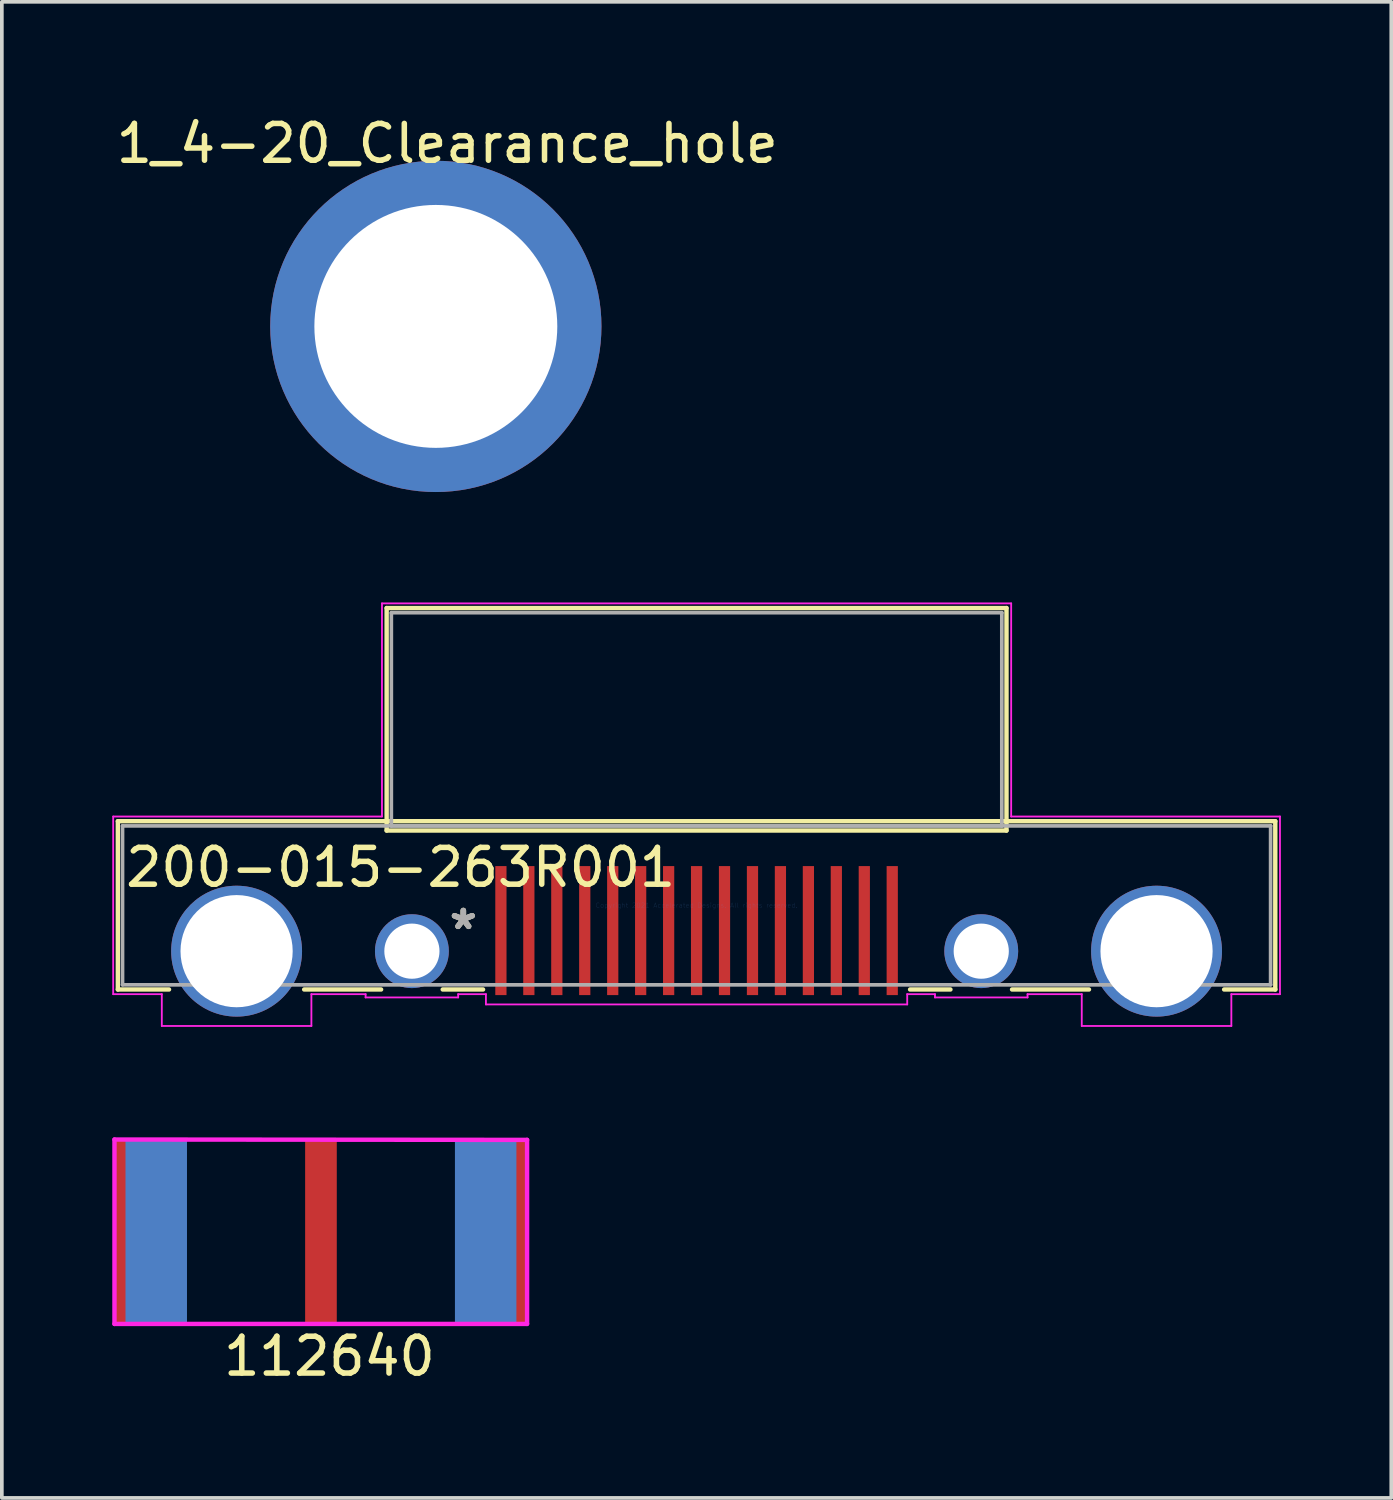
<source format=kicad_pcb>
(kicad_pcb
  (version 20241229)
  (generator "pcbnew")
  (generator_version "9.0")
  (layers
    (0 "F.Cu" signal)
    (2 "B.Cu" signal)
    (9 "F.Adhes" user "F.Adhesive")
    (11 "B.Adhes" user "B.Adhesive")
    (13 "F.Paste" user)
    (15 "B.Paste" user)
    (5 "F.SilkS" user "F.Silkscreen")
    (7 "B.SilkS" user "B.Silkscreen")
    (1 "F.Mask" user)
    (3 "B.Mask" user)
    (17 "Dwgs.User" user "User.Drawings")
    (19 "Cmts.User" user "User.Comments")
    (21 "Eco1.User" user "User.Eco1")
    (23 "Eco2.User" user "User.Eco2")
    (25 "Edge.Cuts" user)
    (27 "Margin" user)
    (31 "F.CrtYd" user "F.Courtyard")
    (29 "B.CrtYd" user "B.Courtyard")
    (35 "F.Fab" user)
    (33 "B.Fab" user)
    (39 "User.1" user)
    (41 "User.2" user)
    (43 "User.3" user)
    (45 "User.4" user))
  (footprint "200-015-263R001"
    (layer "F.Cu")
    (at 15.875 21.547)
    (property "Reference" "200-015-263R001" (at -8.04 -1.03 0) (layer "F.SilkS") (effects (font (size 1 1) (thickness 0.15))))
    (attr through_hole)
    (fp_line (start -15.723 -2.286) (end -15.723 2.286) (stroke (width 0.12) (type solid)) (layer "F.SilkS"))
    (fp_line (start -15.723 2.286) (end -14.333 2.286) (stroke (width 0.12) (type solid)) (layer "F.SilkS"))
    (fp_line (start -10.661 2.286) (end -8.571 2.286) (stroke (width 0.12) (type solid)) (layer "F.SilkS"))
    (fp_line (start -8.42 -8.077) (end -8.42 -2.032) (stroke (width 0.12) (type solid)) (layer "F.SilkS"))
    (fp_line (start -8.42 -2.032) (end 8.42 -2.032) (stroke (width 0.12) (type solid)) (layer "F.SilkS"))
    (fp_line (start -6.897 2.286) (end -5.801 2.286) (stroke (width 0.12) (type solid)) (layer "F.SilkS"))
    (fp_line (start 5.801 2.286) (end 6.897 2.286) (stroke (width 0.12) (type solid)) (layer "F.SilkS"))
    (fp_line (start 8.42 -8.077) (end -8.42 -8.077) (stroke (width 0.12) (type solid)) (layer "F.SilkS"))
    (fp_line (start 8.42 -2.032) (end 8.42 -8.077) (stroke (width 0.12) (type solid)) (layer "F.SilkS"))
    (fp_line (start 8.571 2.286) (end 10.661 2.286) (stroke (width 0.12) (type solid)) (layer "F.SilkS"))
    (fp_line (start 14.333 2.286) (end 15.723 2.286) (stroke (width 0.12) (type solid)) (layer "F.SilkS"))
    (fp_line (start 15.723 -2.286) (end -15.723 -2.286) (stroke (width 0.12) (type solid)) (layer "F.SilkS"))
    (fp_line (start 15.723 2.286) (end 15.723 -2.286) (stroke (width 0.12) (type solid)) (layer "F.SilkS"))
    (fp_line (start -15.85 -2.413) (end -15.85 2.413) (stroke (width 0.05) (type solid)) (layer "F.CrtYd"))
    (fp_line (start -15.85 2.413) (end -14.529 2.413) (stroke (width 0.05) (type solid)) (layer "F.CrtYd"))
    (fp_line (start -14.529 2.413) (end -14.529 3.277) (stroke (width 0.05) (type solid)) (layer "F.CrtYd"))
    (fp_line (start -14.529 3.277) (end -10.465 3.277) (stroke (width 0.05) (type solid)) (layer "F.CrtYd"))
    (fp_line (start -10.465 2.413) (end -8.992 2.413) (stroke (width 0.05) (type solid)) (layer "F.CrtYd"))
    (fp_line (start -10.465 3.277) (end -10.465 2.413) (stroke (width 0.05) (type solid)) (layer "F.CrtYd"))
    (fp_line (start -8.992 2.413) (end -8.992 2.502) (stroke (width 0.05) (type solid)) (layer "F.CrtYd"))
    (fp_line (start -8.992 2.502) (end -6.477 2.502) (stroke (width 0.05) (type solid)) (layer "F.CrtYd"))
    (fp_line (start -8.547 -8.204) (end -8.547 -2.413) (stroke (width 0.05) (type solid)) (layer "F.CrtYd"))
    (fp_line (start -8.547 -2.413) (end -15.85 -2.413) (stroke (width 0.05) (type solid)) (layer "F.CrtYd"))
    (fp_line (start -6.477 2.413) (end -5.723 2.413) (stroke (width 0.05) (type solid)) (layer "F.CrtYd"))
    (fp_line (start -6.477 2.502) (end -6.477 2.413) (stroke (width 0.05) (type solid)) (layer "F.CrtYd"))
    (fp_line (start -5.723 2.413) (end -5.723 2.692) (stroke (width 0.05) (type solid)) (layer "F.CrtYd"))
    (fp_line (start -5.723 2.692) (end 5.723 2.692) (stroke (width 0.05) (type solid)) (layer "F.CrtYd"))
    (fp_line (start 5.723 2.413) (end 6.477 2.413) (stroke (width 0.05) (type solid)) (layer "F.CrtYd"))
    (fp_line (start 5.723 2.692) (end 5.723 2.413) (stroke (width 0.05) (type solid)) (layer "F.CrtYd"))
    (fp_line (start 6.477 2.413) (end 6.477 2.502) (stroke (width 0.05) (type solid)) (layer "F.CrtYd"))
    (fp_line (start 6.477 2.502) (end 8.992 2.502) (stroke (width 0.05) (type solid)) (layer "F.CrtYd"))
    (fp_line (start 8.547 -8.204) (end -8.547 -8.204) (stroke (width 0.05) (type solid)) (layer "F.CrtYd"))
    (fp_line (start 8.547 -2.413) (end 8.547 -8.204) (stroke (width 0.05) (type solid)) (layer "F.CrtYd"))
    (fp_line (start 8.992 2.413) (end 10.465 2.413) (stroke (width 0.05) (type solid)) (layer "F.CrtYd"))
    (fp_line (start 8.992 2.502) (end 8.992 2.413) (stroke (width 0.05) (type solid)) (layer "F.CrtYd"))
    (fp_line (start 10.465 2.413) (end 10.465 3.277) (stroke (width 0.05) (type solid)) (layer "F.CrtYd"))
    (fp_line (start 10.465 3.277) (end 14.529 3.277) (stroke (width 0.05) (type solid)) (layer "F.CrtYd"))
    (fp_line (start 14.529 2.413) (end 15.85 2.413) (stroke (width 0.05) (type solid)) (layer "F.CrtYd"))
    (fp_line (start 14.529 3.277) (end 14.529 2.413) (stroke (width 0.05) (type solid)) (layer "F.CrtYd"))
    (fp_line (start 15.85 -2.413) (end 8.547 -2.413) (stroke (width 0.05) (type solid)) (layer "F.CrtYd"))
    (fp_line (start 15.85 2.413) (end 15.85 -2.413) (stroke (width 0.05) (type solid)) (layer "F.CrtYd"))
    (fp_line (start -15.596 -2.159) (end -15.596 2.159) (stroke (width 0.1) (type solid)) (layer "F.Fab"))
    (fp_line (start -15.596 2.159) (end 15.596 2.159) (stroke (width 0.1) (type solid)) (layer "F.Fab"))
    (fp_line (start -8.293 -7.95) (end -8.293 -2.159) (stroke (width 0.1) (type solid)) (layer "F.Fab"))
    (fp_line (start -8.293 -2.159) (end 8.293 -2.159) (stroke (width 0.1) (type solid)) (layer "F.Fab"))
    (fp_line (start 8.293 -7.95) (end -8.293 -7.95) (stroke (width 0.1) (type solid)) (layer "F.Fab"))
    (fp_line (start 8.293 -2.159) (end 8.293 -7.95) (stroke (width 0.1) (type solid)) (layer "F.Fab"))
    (fp_line (start 15.596 -2.159) (end -15.596 -2.159) (stroke (width 0.1) (type solid)) (layer "F.Fab"))
    (fp_line (start 15.596 2.159) (end 15.596 -2.159) (stroke (width 0.1) (type solid)) (layer "F.Fab"))
    (fp_text user "*" (at -6.337 0.686 0) (layer "F.SilkS") (effects (font (size 1 1) (thickness 0.15))))
    (fp_text user "Copyright 2021 Accelerated Designs. All rights reserved." (at 0 0 0) (layer "Cmts.User") (effects (font (size 0.127 0.127) (thickness 0.002))))
    (fp_text user "*" (at -6.337 0.686 0) (layer "F.Fab") (effects (font (size 1 1) (thickness 0.15))))
    (fp_text user "*" (at -6.337 0.686 0) (layer "F.Fab") (effects (font (size 1 1) (thickness 0.15))))
    (pad "" np_thru_hole circle (at -7.734 1.245) (size 2.007 2.007) (drill 1.499) (layers "*.Cu" "*.Mask"))
    (pad "" np_thru_hole circle (at 7.734 1.245) (size 2.007 2.007) (drill 1.499) (layers "*.Cu" "*.Mask"))
    (pad "1" smd rect (at -3.797 0.686) (size 0.305 3.505) (layers "F.Cu" "F.Mask" "F.Paste"))
    (pad "2" smd rect (at -1.519 0.686) (size 0.305 3.505) (layers "F.Cu" "F.Mask" "F.Paste"))
    (pad "3" smd rect (at 0.759 0.686) (size 0.305 3.505) (layers "F.Cu" "F.Mask" "F.Paste"))
    (pad "4" smd rect (at 3.038 0.686) (size 0.305 3.505) (layers "F.Cu" "F.Mask" "F.Paste"))
    (pad "5" smd rect (at 5.316 0.686) (size 0.305 3.505) (layers "F.Cu" "F.Mask" "F.Paste"))
    (pad "6" smd rect (at -5.316 0.686) (size 0.305 3.505) (layers "F.Cu" "F.Mask" "F.Paste"))
    (pad "7" smd rect (at -3.038 0.686) (size 0.305 3.505) (layers "F.Cu" "F.Mask" "F.Paste"))
    (pad "8" smd rect (at -0.759 0.686) (size 0.305 3.505) (layers "F.Cu" "F.Mask" "F.Paste"))
    (pad "9" smd rect (at 1.519 0.686) (size 0.305 3.505) (layers "F.Cu" "F.Mask" "F.Paste"))
    (pad "10" smd rect (at 3.797 0.686) (size 0.305 3.505) (layers "F.Cu" "F.Mask" "F.Paste"))
    (pad "11" smd rect (at -4.557 0.686) (size 0.305 3.505) (layers "F.Cu" "F.Mask" "F.Paste"))
    (pad "12" smd rect (at -2.278 0.686) (size 0.305 3.505) (layers "F.Cu" "F.Mask" "F.Paste"))
    (pad "13" smd rect (at 0 0.686) (size 0.305 3.505) (layers "F.Cu" "F.Mask" "F.Paste"))
    (pad "14" smd rect (at 2.278 0.686) (size 0.305 3.505) (layers "F.Cu" "F.Mask" "F.Paste"))
    (pad "15" smd rect (at 4.557 0.686) (size 0.305 3.505) (layers "F.Cu" "F.Mask" "F.Paste"))
    (pad "16" thru_hole circle (at -12.497 1.245) (size 3.556 3.556) (drill 3.048) (layers "*.Cu" "*.Mask"))
    (pad "16" thru_hole circle (at 12.497 1.245) (size 3.556 3.556) (drill 3.048) (layers "*.Cu" "*.Mask")))
  (footprint "112640"
    (layer "F.Cu")
    (at 5.67 30.419)
    (property "Reference" "112640" (at 0.23 3.38 0) (layer "F.SilkS") (effects (font (size 1 1) (thickness 0.15))))
    (attr through_hole)
    (fp_line (start -5.61 -2.51) (end -5.61 2.5) (stroke (width 0.12) (type solid)) (layer "F.CrtYd"))
    (fp_line (start -5.61 2.5) (end 5.6 2.5) (stroke (width 0.12) (type solid)) (layer "F.CrtYd"))
    (fp_line (start 5.6 -2.5) (end -5.61 -2.51) (stroke (width 0.12) (type solid)) (layer "F.CrtYd"))
    (fp_line (start 5.6 2.5) (end 5.6 -2.5) (stroke (width 0.12) (type solid)) (layer "F.CrtYd"))
    (pad "1" smd rect (at 0 0) (size 0.86 5) (layers "F.Cu" "F.Mask"))
    (pad "2" smd rect (at -4.925 0) (size 1.35 5) (layers "F.Cu" "F.Mask"))
    (pad "2" smd rect (at -4.475 0) (size 1.67 5) (layers "B.Cu" "B.Mask"))
    (pad "2" smd rect (at 4.475 0) (size 1.67 5) (layers "B.Cu" "B.Mask"))
    (pad "2" smd rect (at 4.925 0) (size 1.35 5) (layers "F.Cu" "F.Mask")))
  (footprint "1_4-20_Clearance_hole"
    (layer "F.Cu")
    (at 8.791 5.818)
    (property "Reference" "1_4-20_Clearance_hole" (at 0.31 -4.97 0) (layer "F.SilkS") (effects (font (size 1 1) (thickness 0.15))))
    (attr through_hole)
    (pad "1" thru_hole circle (at 0 0) (size 9 9) (drill 6.6) (layers "*.Cu" "*.Mask")))
  (gr_rect
    (start -3 -3)
    (end 34.749 37.647)
    (stroke (width 0.1) (type default))
    (fill no)
    (layer "Edge.Cuts")))
</source>
